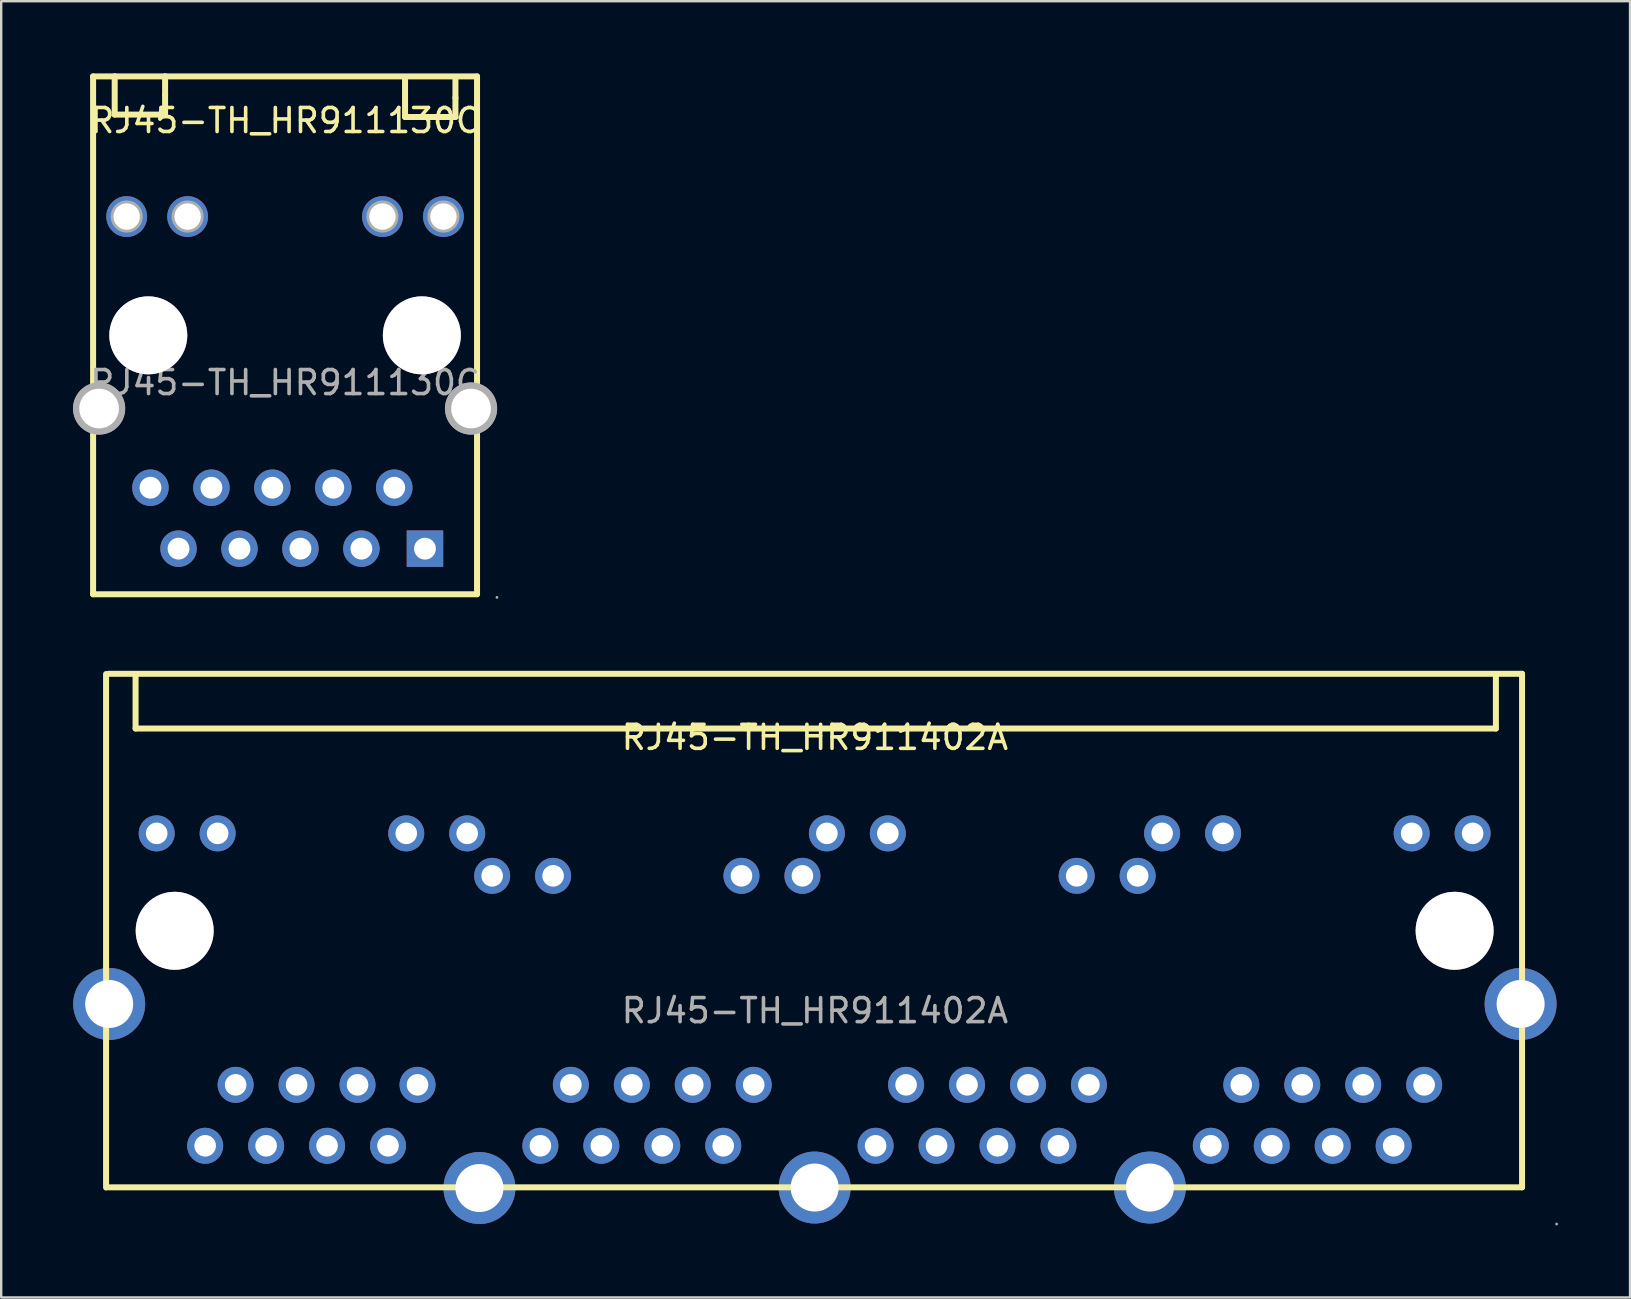
<source format=kicad_pcb>
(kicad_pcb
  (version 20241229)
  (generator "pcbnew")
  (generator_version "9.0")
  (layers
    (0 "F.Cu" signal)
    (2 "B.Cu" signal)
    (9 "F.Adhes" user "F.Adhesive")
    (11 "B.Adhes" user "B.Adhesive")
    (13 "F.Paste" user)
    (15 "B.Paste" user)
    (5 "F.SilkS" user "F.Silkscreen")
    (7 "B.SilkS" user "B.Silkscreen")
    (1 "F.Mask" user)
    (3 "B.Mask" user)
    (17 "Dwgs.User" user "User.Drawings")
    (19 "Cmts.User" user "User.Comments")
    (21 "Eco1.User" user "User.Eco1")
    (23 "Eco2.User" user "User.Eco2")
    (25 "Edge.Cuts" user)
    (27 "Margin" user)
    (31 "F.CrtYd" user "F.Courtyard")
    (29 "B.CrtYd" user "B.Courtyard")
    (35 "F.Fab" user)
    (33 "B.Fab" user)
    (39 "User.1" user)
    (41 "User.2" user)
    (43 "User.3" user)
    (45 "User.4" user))
  (footprint "RJ45-TH_HR911402A"
    (layer "F.Cu")
    (at 30.91 39.07)
    (property "Reference" "RJ45-TH_HR911402A" (at 0 -11.39 0) (layer "F.SilkS") (effects (font (size 1 1) (thickness 0.15))))
    (attr through_hole)
    (fp_line (start -29.54 -14.03) (end -29.54 7.37) (stroke (width 0.25) (type solid)) (layer "F.SilkS"))
    (fp_line (start -29.44 -14.04) (end 29.47 -14.04) (stroke (width 0.25) (type solid)) (layer "F.SilkS"))
    (fp_line (start -28.31 -14.01) (end -28.31 -11.76) (stroke (width 0.25) (type solid)) (layer "F.SilkS"))
    (fp_line (start -28.31 -11.76) (end 28.38 -11.76) (stroke (width 0.25) (type solid)) (layer "F.SilkS"))
    (fp_line (start 28.38 -14.01) (end 28.38 -11.76) (stroke (width 0.25) (type solid)) (layer "F.SilkS"))
    (fp_line (start 29.47 7.36) (end -29.44 7.36) (stroke (width 0.25) (type solid)) (layer "F.SilkS"))
    (fp_line (start 29.47 7.36) (end 29.47 -14.04) (stroke (width 0.25) (type solid)) (layer "F.SilkS"))
    (fp_circle (center -26.68 -3.33) (end -25.93 -3.33) (stroke (width 1.5) (type solid)) (fill no) (layer "Cmts.User"))
    (fp_circle (center 26.66 -3.33) (end 27.41 -3.33) (stroke (width 1.5) (type solid)) (fill no) (layer "Cmts.User"))
    (fp_circle (center -29.41 -0.28) (end -28.96 -0.28) (stroke (width 0.9) (type solid)) (fill no) (layer "F.Fab"))
    (fp_circle (center -26.68 -3.33) (end -25.88 -3.33) (stroke (width 1.6) (type solid)) (fill no) (layer "F.Fab"))
    (fp_circle (center 26.66 -3.33) (end 27.46 -3.33) (stroke (width 1.6) (type solid)) (fill no) (layer "F.Fab"))
    (fp_circle (center 29.41 -0.28) (end 29.86 -0.28) (stroke (width 0.9) (type solid)) (fill no) (layer "F.Fab"))
    (fp_circle (center 30.91 8.89) (end 30.94 8.89) (stroke (width 0.06) (type solid)) (fill no) (layer "F.Fab"))
    (fp_text user "${REFERENCE}" (at 0 0 0) (layer "F.Fab") (effects (font (size 1 1) (thickness 0.15))))
    (pad "" thru_hole circle (at -26.68 -3.33) (size 3.25 3.25) (drill 3.25) (layers "*.Cu" "*.Mask"))
    (pad "" thru_hole circle (at 26.66 -3.33) (size 3.25 3.25) (drill 3.25) (layers "*.Cu" "*.Mask"))
    (pad "1" thru_hole circle (at 25.39 3.09) (size 1.5 1.5) (drill 0.9) (layers "*.Cu" "*.Paste" "*.Mask"))
    (pad "2" thru_hole circle (at 24.12 5.63) (size 1.5 1.5) (drill 0.9) (layers "*.Cu" "*.Paste" "*.Mask"))
    (pad "3" thru_hole circle (at 22.85 3.09) (size 1.5 1.5) (drill 0.9) (layers "*.Cu" "*.Paste" "*.Mask"))
    (pad "4" thru_hole circle (at 21.58 5.63) (size 1.5 1.5) (drill 0.9) (layers "*.Cu" "*.Paste" "*.Mask"))
    (pad "5" thru_hole circle (at 20.31 3.09) (size 1.5 1.5) (drill 0.9) (layers "*.Cu" "*.Paste" "*.Mask"))
    (pad "6" thru_hole circle (at 19.04 5.63) (size 1.5 1.5) (drill 0.9) (layers "*.Cu" "*.Paste" "*.Mask"))
    (pad "7" thru_hole circle (at 17.77 3.09) (size 1.5 1.5) (drill 0.9) (layers "*.Cu" "*.Paste" "*.Mask"))
    (pad "8" thru_hole circle (at 16.5 5.63) (size 1.5 1.5) (drill 0.9) (layers "*.Cu" "*.Paste" "*.Mask"))
    (pad "9" thru_hole circle (at 27.41 -7.39) (size 1.5 1.5) (drill 0.9) (layers "*.Cu" "*.Paste" "*.Mask"))
    (pad "10" thru_hole circle (at 24.87 -7.39) (size 1.5 1.5) (drill 0.9) (layers "*.Cu" "*.Paste" "*.Mask"))
    (pad "11" thru_hole circle (at 17.01 -7.39) (size 1.5 1.5) (drill 0.9) (layers "*.Cu" "*.Paste" "*.Mask"))
    (pad "12" thru_hole circle (at 14.47 -7.39) (size 1.5 1.5) (drill 0.9) (layers "*.Cu" "*.Paste" "*.Mask"))
    (pad "13" thru_hole circle (at 11.42 3.09) (size 1.5 1.5) (drill 0.9) (layers "*.Cu" "*.Paste" "*.Mask"))
    (pad "14" thru_hole circle (at 10.15 5.63) (size 1.5 1.5) (drill 0.9) (layers "*.Cu" "*.Paste" "*.Mask"))
    (pad "15" thru_hole circle (at 8.88 3.09) (size 1.5 1.5) (drill 0.9) (layers "*.Cu" "*.Paste" "*.Mask"))
    (pad "16" thru_hole circle (at 7.61 5.63) (size 1.5 1.5) (drill 0.9) (layers "*.Cu" "*.Paste" "*.Mask"))
    (pad "17" thru_hole circle (at 6.34 3.09) (size 1.5 1.5) (drill 0.9) (layers "*.Cu" "*.Paste" "*.Mask"))
    (pad "18" thru_hole circle (at 5.07 5.63) (size 1.5 1.5) (drill 0.9) (layers "*.Cu" "*.Paste" "*.Mask"))
    (pad "19" thru_hole circle (at 3.8 3.09) (size 1.5 1.5) (drill 0.9) (layers "*.Cu" "*.Paste" "*.Mask"))
    (pad "20" thru_hole circle (at 2.53 5.63) (size 1.5 1.5) (drill 0.9) (layers "*.Cu" "*.Paste" "*.Mask"))
    (pad "21" thru_hole circle (at 13.45 -5.62) (size 1.5 1.5) (drill 0.9) (layers "*.Cu" "*.Paste" "*.Mask"))
    (pad "22" thru_hole circle (at 10.91 -5.62) (size 1.5 1.5) (drill 0.9) (layers "*.Cu" "*.Paste" "*.Mask"))
    (pad "23" thru_hole circle (at 3.04 -7.39) (size 1.5 1.5) (drill 0.9) (layers "*.Cu" "*.Paste" "*.Mask"))
    (pad "24" thru_hole circle (at 0.5 -7.39) (size 1.5 1.5) (drill 0.9) (layers "*.Cu" "*.Paste" "*.Mask"))
    (pad "25" thru_hole circle (at -2.55 3.09) (size 1.5 1.5) (drill 0.9) (layers "*.Cu" "*.Paste" "*.Mask"))
    (pad "26" thru_hole circle (at -3.82 5.63) (size 1.5 1.5) (drill 0.9) (layers "*.Cu" "*.Paste" "*.Mask"))
    (pad "27" thru_hole circle (at -5.09 3.09) (size 1.5 1.5) (drill 0.9) (layers "*.Cu" "*.Paste" "*.Mask"))
    (pad "28" thru_hole circle (at -6.36 5.63) (size 1.5 1.5) (drill 0.9) (layers "*.Cu" "*.Paste" "*.Mask"))
    (pad "29" thru_hole circle (at -7.63 3.09) (size 1.5 1.5) (drill 0.9) (layers "*.Cu" "*.Paste" "*.Mask"))
    (pad "30" thru_hole circle (at -8.9 5.63) (size 1.5 1.5) (drill 0.9) (layers "*.Cu" "*.Paste" "*.Mask"))
    (pad "31" thru_hole circle (at -10.17 3.09) (size 1.5 1.5) (drill 0.9) (layers "*.Cu" "*.Paste" "*.Mask"))
    (pad "32" thru_hole circle (at -11.44 5.63) (size 1.5 1.5) (drill 0.9) (layers "*.Cu" "*.Paste" "*.Mask"))
    (pad "33" thru_hole circle (at -0.52 -5.62) (size 1.5 1.5) (drill 0.9) (layers "*.Cu" "*.Paste" "*.Mask"))
    (pad "34" thru_hole circle (at -3.06 -5.62) (size 1.5 1.5) (drill 0.9) (layers "*.Cu" "*.Paste" "*.Mask"))
    (pad "35" thru_hole circle (at -10.91 -5.62) (size 1.5 1.5) (drill 0.9) (layers "*.Cu" "*.Paste" "*.Mask"))
    (pad "36" thru_hole circle (at -13.45 -5.62) (size 1.5 1.5) (drill 0.9) (layers "*.Cu" "*.Paste" "*.Mask"))
    (pad "37" thru_hole circle (at -16.56 3.09) (size 1.5 1.5) (drill 0.9) (layers "*.Cu" "*.Paste" "*.Mask"))
    (pad "38" thru_hole circle (at -17.79 5.63) (size 1.5 1.5) (drill 0.9) (layers "*.Cu" "*.Paste" "*.Mask"))
    (pad "39" thru_hole circle (at -19.06 3.09) (size 1.5 1.5) (drill 0.9) (layers "*.Cu" "*.Paste" "*.Mask"))
    (pad "40" thru_hole circle (at -20.33 5.63) (size 1.5 1.5) (drill 0.9) (layers "*.Cu" "*.Paste" "*.Mask"))
    (pad "41" thru_hole circle (at -21.6 3.09) (size 1.5 1.5) (drill 0.9) (layers "*.Cu" "*.Paste" "*.Mask"))
    (pad "42" thru_hole circle (at -22.87 5.63) (size 1.5 1.5) (drill 0.9) (layers "*.Cu" "*.Paste" "*.Mask"))
    (pad "43" thru_hole circle (at -24.14 3.09) (size 1.5 1.5) (drill 0.9) (layers "*.Cu" "*.Paste" "*.Mask"))
    (pad "44" thru_hole circle (at -25.41 5.63) (size 1.5 1.5) (drill 0.9) (layers "*.Cu" "*.Paste" "*.Mask"))
    (pad "45" thru_hole circle (at -14.49 -7.39) (size 1.5 1.5) (drill 0.9) (layers "*.Cu" "*.Paste" "*.Mask"))
    (pad "46" thru_hole circle (at -17.03 -7.39) (size 1.5 1.5) (drill 0.9) (layers "*.Cu" "*.Paste" "*.Mask"))
    (pad "47" thru_hole circle (at -24.89 -7.39) (size 1.5 1.5) (drill 0.9) (layers "*.Cu" "*.Paste" "*.Mask"))
    (pad "48" thru_hole circle (at -27.43 -7.39) (size 1.5 1.5) (drill 0.9) (layers "*.Cu" "*.Paste" "*.Mask"))
    (pad "49" thru_hole circle (at -29.41 -0.28) (size 3 3) (drill 2) (layers "*.Cu" "*.Paste" "*.Mask"))
    (pad "50" thru_hole circle (at -13.98 7.39) (size 3 3) (drill 2) (layers "*.Cu" "*.Paste" "*.Mask"))
    (pad "51" thru_hole circle (at -0.01 7.37) (size 3 3) (drill 2) (layers "*.Cu" "*.Paste" "*.Mask"))
    (pad "52" thru_hole circle (at 13.96 7.37) (size 3 3) (drill 2) (layers "*.Cu" "*.Paste" "*.Mask"))
    (pad "53" thru_hole circle (at 29.41 -0.28) (size 3 3) (drill 2) (layers "*.Cu" "*.Paste" "*.Mask")))
  (footprint "RJ45-TH_HR911130C"
    (layer "F.Cu")
    (at 8.83 12.895)
    (property "Reference" "RJ45-TH_HR911130C" (at 0 -10.92 0) (layer "F.SilkS") (effects (font (size 1 1) (thickness 0.15))))
    (attr through_hole)
    (fp_line (start -8 -12.76) (end 8 -12.76) (stroke (width 0.25) (type solid)) (layer "F.SilkS"))
    (fp_line (start -8 8.82) (end -8 -12.76) (stroke (width 0.25) (type solid)) (layer "F.SilkS"))
    (fp_line (start -7.1 -12.77) (end -7.1 -11.17) (stroke (width 0.25) (type solid)) (layer "F.SilkS"))
    (fp_line (start -7.1 -11.17) (end -5 -11.17) (stroke (width 0.25) (type solid)) (layer "F.SilkS"))
    (fp_line (start -5 -11.97) (end -5 -12.77) (stroke (width 0.25) (type solid)) (layer "F.SilkS"))
    (fp_line (start -5 -11.17) (end -5 -11.97) (stroke (width 0.25) (type solid)) (layer "F.SilkS"))
    (fp_line (start 5 -12.67) (end 5 -11.07) (stroke (width 0.25) (type solid)) (layer "F.SilkS"))
    (fp_line (start 5 -11.07) (end 7.1 -11.07) (stroke (width 0.25) (type solid)) (layer "F.SilkS"))
    (fp_line (start 7.1 -11.87) (end 7.1 -12.67) (stroke (width 0.25) (type solid)) (layer "F.SilkS"))
    (fp_line (start 7.1 -11.07) (end 7.1 -11.87) (stroke (width 0.25) (type solid)) (layer "F.SilkS"))
    (fp_line (start 8 -12.76) (end 8 8.82) (stroke (width 0.25) (type solid)) (layer "F.SilkS"))
    (fp_line (start 8 8.82) (end -8 8.82) (stroke (width 0.25) (type solid)) (layer "F.SilkS"))
    (fp_circle (center -7.75 1.08) (end -7.39 1.08) (stroke (width 0.73) (type solid)) (fill no) (layer "F.Fab"))
    (fp_circle (center -6.6 -6.92) (end -6.38 -6.92) (stroke (width 0.45) (type solid)) (fill no) (layer "F.Fab"))
    (fp_circle (center -5.7 -1.97) (end -4.94 -1.97) (stroke (width 1.52) (type solid)) (fill no) (layer "F.Fab"))
    (fp_circle (center -5.61 4.38) (end -5.43 4.38) (stroke (width 0.35) (type solid)) (fill no) (layer "F.Fab"))
    (fp_circle (center -4.44 6.92) (end -4.26 6.92) (stroke (width 0.35) (type solid)) (fill no) (layer "F.Fab"))
    (fp_circle (center -4.06 -6.92) (end -3.84 -6.92) (stroke (width 0.45) (type solid)) (fill no) (layer "F.Fab"))
    (fp_circle (center -3.07 4.38) (end -2.89 4.38) (stroke (width 0.35) (type solid)) (fill no) (layer "F.Fab"))
    (fp_circle (center -1.9 6.92) (end -1.72 6.92) (stroke (width 0.35) (type solid)) (fill no) (layer "F.Fab"))
    (fp_circle (center -0.53 4.38) (end -0.35 4.38) (stroke (width 0.35) (type solid)) (fill no) (layer "F.Fab"))
    (fp_circle (center 0.64 6.92) (end 0.82 6.92) (stroke (width 0.35) (type solid)) (fill no) (layer "F.Fab"))
    (fp_circle (center 2.01 4.38) (end 2.19 4.38) (stroke (width 0.35) (type solid)) (fill no) (layer "F.Fab"))
    (fp_circle (center 3.18 6.92) (end 3.36 6.92) (stroke (width 0.35) (type solid)) (fill no) (layer "F.Fab"))
    (fp_circle (center 4.06 -6.92) (end 4.28 -6.92) (stroke (width 0.45) (type solid)) (fill no) (layer "F.Fab"))
    (fp_circle (center 4.55 4.38) (end 4.73 4.38) (stroke (width 0.35) (type solid)) (fill no) (layer "F.Fab"))
    (fp_circle (center 5.7 -1.97) (end 6.46 -1.97) (stroke (width 1.52) (type solid)) (fill no) (layer "F.Fab"))
    (fp_circle (center 5.83 6.92) (end 6.01 6.92) (stroke (width 0.35) (type solid)) (fill no) (layer "F.Fab"))
    (fp_circle (center 6.6 -6.92) (end 6.82 -6.92) (stroke (width 0.45) (type solid)) (fill no) (layer "F.Fab"))
    (fp_circle (center 7.75 1.08) (end 8.11 1.08) (stroke (width 0.73) (type solid)) (fill no) (layer "F.Fab"))
    (fp_circle (center 8.83 8.95) (end 8.86 8.95) (stroke (width 0.06) (type solid)) (fill no) (layer "F.Fab"))
    (fp_text user "${REFERENCE}" (at 0 0 0) (layer "F.Fab") (effects (font (size 1 1) (thickness 0.15))))
    (pad "" thru_hole circle (at -5.7 -1.97) (size 3.25 3.25) (drill 3.25) (layers "*.Cu" "*.Mask"))
    (pad "" thru_hole circle (at 5.7 -1.97) (size 3.25 3.25) (drill 3.25) (layers "*.Cu" "*.Mask"))
    (pad "11" thru_hole circle (at 6.6 -6.92 180) (size 1.7 1.7) (drill 1.1) (layers "*.Cu" "*.Paste" "*.Mask"))
    (pad "12" thru_hole circle (at 4.06 -6.92 180) (size 1.7 1.7) (drill 1.1) (layers "*.Cu" "*.Paste" "*.Mask"))
    (pad "13" thru_hole circle (at -4.06 -6.92 180) (size 1.7 1.7) (drill 1.1) (layers "*.Cu" "*.Paste" "*.Mask"))
    (pad "14" thru_hole circle (at -6.6 -6.92 180) (size 1.7 1.7) (drill 1.1) (layers "*.Cu" "*.Paste" "*.Mask"))
    (pad "P1" thru_hole rect (at 5.83 6.92 180) (size 1.52 1.52) (drill 0.91) (layers "*.Cu" "*.Paste" "*.Mask"))
    (pad "P2" thru_hole circle (at 4.55 4.38 180) (size 1.52 1.52) (drill 0.91) (layers "*.Cu" "*.Paste" "*.Mask"))
    (pad "P3" thru_hole circle (at 3.18 6.92 180) (size 1.52 1.52) (drill 0.91) (layers "*.Cu" "*.Paste" "*.Mask"))
    (pad "P4" thru_hole circle (at 2.01 4.38 180) (size 1.52 1.52) (drill 0.91) (layers "*.Cu" "*.Paste" "*.Mask"))
    (pad "P5" thru_hole circle (at 0.64 6.92 180) (size 1.52 1.52) (drill 0.91) (layers "*.Cu" "*.Paste" "*.Mask"))
    (pad "P6" thru_hole circle (at -0.53 4.38 180) (size 1.52 1.52) (drill 0.91) (layers "*.Cu" "*.Paste" "*.Mask"))
    (pad "P7" thru_hole circle (at -1.9 6.92 180) (size 1.52 1.52) (drill 0.91) (layers "*.Cu" "*.Paste" "*.Mask"))
    (pad "P8" thru_hole circle (at -3.07 4.38 180) (size 1.52 1.52) (drill 0.91) (layers "*.Cu" "*.Paste" "*.Mask"))
    (pad "P9" thru_hole circle (at -4.44 6.92 180) (size 1.52 1.52) (drill 0.91) (layers "*.Cu" "*.Paste" "*.Mask"))
    (pad "P10" thru_hole circle (at -5.61 4.38 180) (size 1.52 1.52) (drill 0.91) (layers "*.Cu" "*.Paste" "*.Mask"))
    (pad "SHIELD0" thru_hole circle (at -7.75 1.08 180) (size 2.16 2.16) (drill 1.651) (layers "*.Cu" "*.Paste" "*.Mask"))
    (pad "SHIELD1" thru_hole circle (at 7.75 1.08 180) (size 2.16 2.16) (drill 1.651) (layers "*.Cu" "*.Paste" "*.Mask")))
  (gr_rect
    (start -3 -3)
    (end 64.88 51.02)
    (stroke (width 0.1) (type default))
    (fill no)
    (layer "Edge.Cuts")))
</source>
